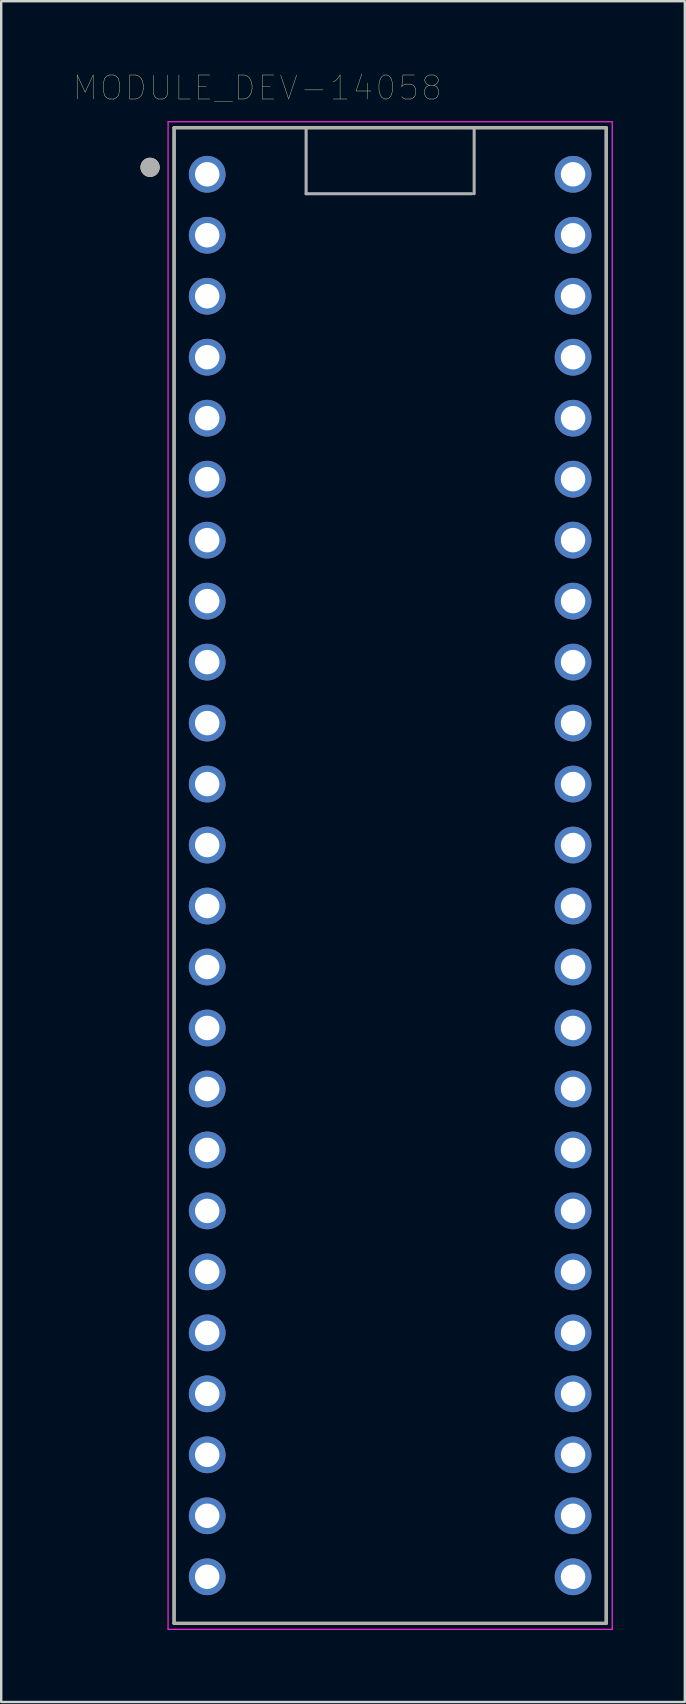
<source format=kicad_pcb>
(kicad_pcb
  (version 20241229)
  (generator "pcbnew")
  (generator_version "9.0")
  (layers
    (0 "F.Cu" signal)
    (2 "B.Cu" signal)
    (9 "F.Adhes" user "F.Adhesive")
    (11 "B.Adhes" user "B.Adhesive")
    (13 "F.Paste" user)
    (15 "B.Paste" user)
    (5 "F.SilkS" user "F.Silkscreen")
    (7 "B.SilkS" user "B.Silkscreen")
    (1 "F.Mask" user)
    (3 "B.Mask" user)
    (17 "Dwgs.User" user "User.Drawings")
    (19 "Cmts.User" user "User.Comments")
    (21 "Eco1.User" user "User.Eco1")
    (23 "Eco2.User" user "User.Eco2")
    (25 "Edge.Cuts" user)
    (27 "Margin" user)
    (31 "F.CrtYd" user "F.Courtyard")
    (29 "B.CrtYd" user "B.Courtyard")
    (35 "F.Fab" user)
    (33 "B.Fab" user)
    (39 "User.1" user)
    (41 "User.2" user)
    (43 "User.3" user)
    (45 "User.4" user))
  (footprint "MODULE_DEV-14058"
    (layer "F.Cu")
    (at 13.201 33.42)
    (property "Reference" "MODULE_DEV-14058" (at -5.537 -32.808 0) (layer "F.SilkS") (effects (font (size 1 1) (thickness 0.015))))
    (attr through_hole)
    (fp_line (start -9 -31.15) (end -9 31.15) (stroke (width 0.127) (type solid)) (layer "F.SilkS"))
    (fp_line (start -9 31.15) (end 9 31.15) (stroke (width 0.127) (type solid)) (layer "F.SilkS"))
    (fp_line (start 9 -31.15) (end -9 -31.15) (stroke (width 0.127) (type solid)) (layer "F.SilkS"))
    (fp_line (start 9 31.15) (end 9 -31.15) (stroke (width 0.127) (type solid)) (layer "F.SilkS"))
    (fp_circle (center -10 -29.5) (end -9.8 -29.5) (stroke (width 0.4) (type solid)) (fill no) (layer "F.SilkS"))
    (fp_line (start -9.25 -31.4) (end 9.25 -31.4) (stroke (width 0.05) (type solid)) (layer "F.CrtYd"))
    (fp_line (start -9.25 31.4) (end -9.25 -31.4) (stroke (width 0.05) (type solid)) (layer "F.CrtYd"))
    (fp_line (start 9.25 -31.4) (end 9.25 31.4) (stroke (width 0.05) (type solid)) (layer "F.CrtYd"))
    (fp_line (start 9.25 31.4) (end -9.25 31.4) (stroke (width 0.05) (type solid)) (layer "F.CrtYd"))
    (fp_line (start -9 -31.15) (end 9 -31.15) (stroke (width 0.127) (type solid)) (layer "F.Fab"))
    (fp_line (start -9 31.15) (end -9 -31.15) (stroke (width 0.127) (type solid)) (layer "F.Fab"))
    (fp_line (start -3.5 -31.1) (end -3.5 -28.4) (stroke (width 0.127) (type solid)) (layer "F.Fab"))
    (fp_line (start -3.5 -28.4) (end 3.4 -28.4) (stroke (width 0.127) (type solid)) (layer "F.Fab"))
    (fp_line (start 3.5 -28.4) (end 3.5 -31.1) (stroke (width 0.127) (type solid)) (layer "F.Fab"))
    (fp_line (start 9 -31.15) (end 9 31.15) (stroke (width 0.127) (type solid)) (layer "F.Fab"))
    (fp_line (start 9 31.15) (end -9 31.15) (stroke (width 0.127) (type solid)) (layer "F.Fab"))
    (fp_circle (center -10 -29.5) (end -9.8 -29.5) (stroke (width 0.4) (type solid)) (fill no) (layer "F.Fab"))
    (pad "0" thru_hole circle (at -7.62 -26.67) (size 1.53 1.53) (drill 1.02) (layers "*.Cu" "*.Mask"))
    (pad "1" thru_hole circle (at -7.62 -24.13) (size 1.53 1.53) (drill 1.02) (layers "*.Cu" "*.Mask"))
    (pad "2" thru_hole circle (at -7.62 -21.59) (size 1.53 1.53) (drill 1.02) (layers "*.Cu" "*.Mask"))
    (pad "3" thru_hole circle (at -7.62 -19.05) (size 1.53 1.53) (drill 1.02) (layers "*.Cu" "*.Mask"))
    (pad "3.3V" thru_hole circle (at -7.62 6.35) (size 1.53 1.53) (drill 1.02) (layers "*.Cu" "*.Mask"))
    (pad "3.3V_250MA" thru_hole circle (at 7.62 -24.13) (size 1.53 1.53) (drill 1.02) (layers "*.Cu" "*.Mask"))
    (pad "4" thru_hole circle (at -7.62 -16.51) (size 1.53 1.53) (drill 1.02) (layers "*.Cu" "*.Mask"))
    (pad "5" thru_hole circle (at -7.62 -13.97) (size 1.53 1.53) (drill 1.02) (layers "*.Cu" "*.Mask"))
    (pad "6" thru_hole circle (at -7.62 -11.43) (size 1.53 1.53) (drill 1.02) (layers "*.Cu" "*.Mask"))
    (pad "7" thru_hole circle (at -7.62 -8.89) (size 1.53 1.53) (drill 1.02) (layers "*.Cu" "*.Mask"))
    (pad "8" thru_hole circle (at -7.62 -6.35) (size 1.53 1.53) (drill 1.02) (layers "*.Cu" "*.Mask"))
    (pad "9" thru_hole circle (at -7.62 -3.81) (size 1.53 1.53) (drill 1.02) (layers "*.Cu" "*.Mask"))
    (pad "10" thru_hole circle (at -7.62 -1.27) (size 1.53 1.53) (drill 1.02) (layers "*.Cu" "*.Mask"))
    (pad "11" thru_hole circle (at -7.62 1.27) (size 1.53 1.53) (drill 1.02) (layers "*.Cu" "*.Mask"))
    (pad "12" thru_hole circle (at -7.62 3.81) (size 1.53 1.53) (drill 1.02) (layers "*.Cu" "*.Mask"))
    (pad "13" thru_hole circle (at 7.62 3.81) (size 1.53 1.53) (drill 1.02) (layers "*.Cu" "*.Mask"))
    (pad "14" thru_hole circle (at 7.62 1.27) (size 1.53 1.53) (drill 1.02) (layers "*.Cu" "*.Mask"))
    (pad "15" thru_hole circle (at 7.62 -1.27) (size 1.53 1.53) (drill 1.02) (layers "*.Cu" "*.Mask"))
    (pad "16" thru_hole circle (at 7.62 -3.81) (size 1.53 1.53) (drill 1.02) (layers "*.Cu" "*.Mask"))
    (pad "17" thru_hole circle (at 7.62 -6.35) (size 1.53 1.53) (drill 1.02) (layers "*.Cu" "*.Mask"))
    (pad "18" thru_hole circle (at 7.62 -8.89) (size 1.53 1.53) (drill 1.02) (layers "*.Cu" "*.Mask"))
    (pad "19" thru_hole circle (at 7.62 -11.43) (size 1.53 1.53) (drill 1.02) (layers "*.Cu" "*.Mask"))
    (pad "20" thru_hole circle (at 7.62 -13.97) (size 1.53 1.53) (drill 1.02) (layers "*.Cu" "*.Mask"))
    (pad "21" thru_hole circle (at 7.62 -16.51) (size 1.53 1.53) (drill 1.02) (layers "*.Cu" "*.Mask"))
    (pad "22" thru_hole circle (at 7.62 -19.05) (size 1.53 1.53) (drill 1.02) (layers "*.Cu" "*.Mask"))
    (pad "23" thru_hole circle (at 7.62 -21.59) (size 1.53 1.53) (drill 1.02) (layers "*.Cu" "*.Mask"))
    (pad "24" thru_hole circle (at -7.62 8.89) (size 1.53 1.53) (drill 1.02) (layers "*.Cu" "*.Mask"))
    (pad "25" thru_hole circle (at -7.62 11.43) (size 1.53 1.53) (drill 1.02) (layers "*.Cu" "*.Mask"))
    (pad "26" thru_hole circle (at -7.62 13.97) (size 1.53 1.53) (drill 1.02) (layers "*.Cu" "*.Mask"))
    (pad "27" thru_hole circle (at -7.62 16.51) (size 1.53 1.53) (drill 1.02) (layers "*.Cu" "*.Mask"))
    (pad "28" thru_hole circle (at -7.62 19.05) (size 1.53 1.53) (drill 1.02) (layers "*.Cu" "*.Mask"))
    (pad "29" thru_hole circle (at -7.62 21.59) (size 1.53 1.53) (drill 1.02) (layers "*.Cu" "*.Mask"))
    (pad "30" thru_hole circle (at -7.62 24.13) (size 1.53 1.53) (drill 1.02) (layers "*.Cu" "*.Mask"))
    (pad "31" thru_hole circle (at -7.62 26.67) (size 1.53 1.53) (drill 1.02) (layers "*.Cu" "*.Mask"))
    (pad "32" thru_hole circle (at -7.62 29.21) (size 1.53 1.53) (drill 1.02) (layers "*.Cu" "*.Mask"))
    (pad "33" thru_hole circle (at 7.62 29.21) (size 1.53 1.53) (drill 1.02) (layers "*.Cu" "*.Mask"))
    (pad "34" thru_hole circle (at 7.62 26.67) (size 1.53 1.53) (drill 1.02) (layers "*.Cu" "*.Mask"))
    (pad "35" thru_hole circle (at 7.62 24.13) (size 1.53 1.53) (drill 1.02) (layers "*.Cu" "*.Mask"))
    (pad "36" thru_hole circle (at 7.62 21.59) (size 1.53 1.53) (drill 1.02) (layers "*.Cu" "*.Mask"))
    (pad "37" thru_hole circle (at 7.62 19.05) (size 1.53 1.53) (drill 1.02) (layers "*.Cu" "*.Mask"))
    (pad "38" thru_hole circle (at 7.62 16.51) (size 1.53 1.53) (drill 1.02) (layers "*.Cu" "*.Mask"))
    (pad "39" thru_hole circle (at 7.62 13.97) (size 1.53 1.53) (drill 1.02) (layers "*.Cu" "*.Mask"))
    (pad "AGND" thru_hole circle (at 7.62 -26.67) (size 1.53 1.53) (drill 1.02) (layers "*.Cu" "*.Mask"))
    (pad "DA0" thru_hole circle (at 7.62 11.43) (size 1.53 1.53) (drill 1.02) (layers "*.Cu" "*.Mask"))
    (pad "DA1" thru_hole circle (at 7.62 8.89) (size 1.53 1.53) (drill 1.02) (layers "*.Cu" "*.Mask"))
    (pad "GND1" thru_hole circle (at -7.62 -29.21) (size 1.53 1.53) (drill 1.02) (layers "*.Cu" "*.Mask"))
    (pad "GND2" thru_hole circle (at 7.62 6.35) (size 1.53 1.53) (drill 1.02) (layers "*.Cu" "*.Mask"))
    (pad "VIN" thru_hole circle (at 7.62 -29.21) (size 1.53 1.53) (drill 1.02) (layers "*.Cu" "*.Mask")))
  (gr_rect
    (start -3 -3)
    (end 25.476 67.845)
    (stroke (width 0.1) (type default))
    (fill no)
    (layer "Edge.Cuts")))
</source>
